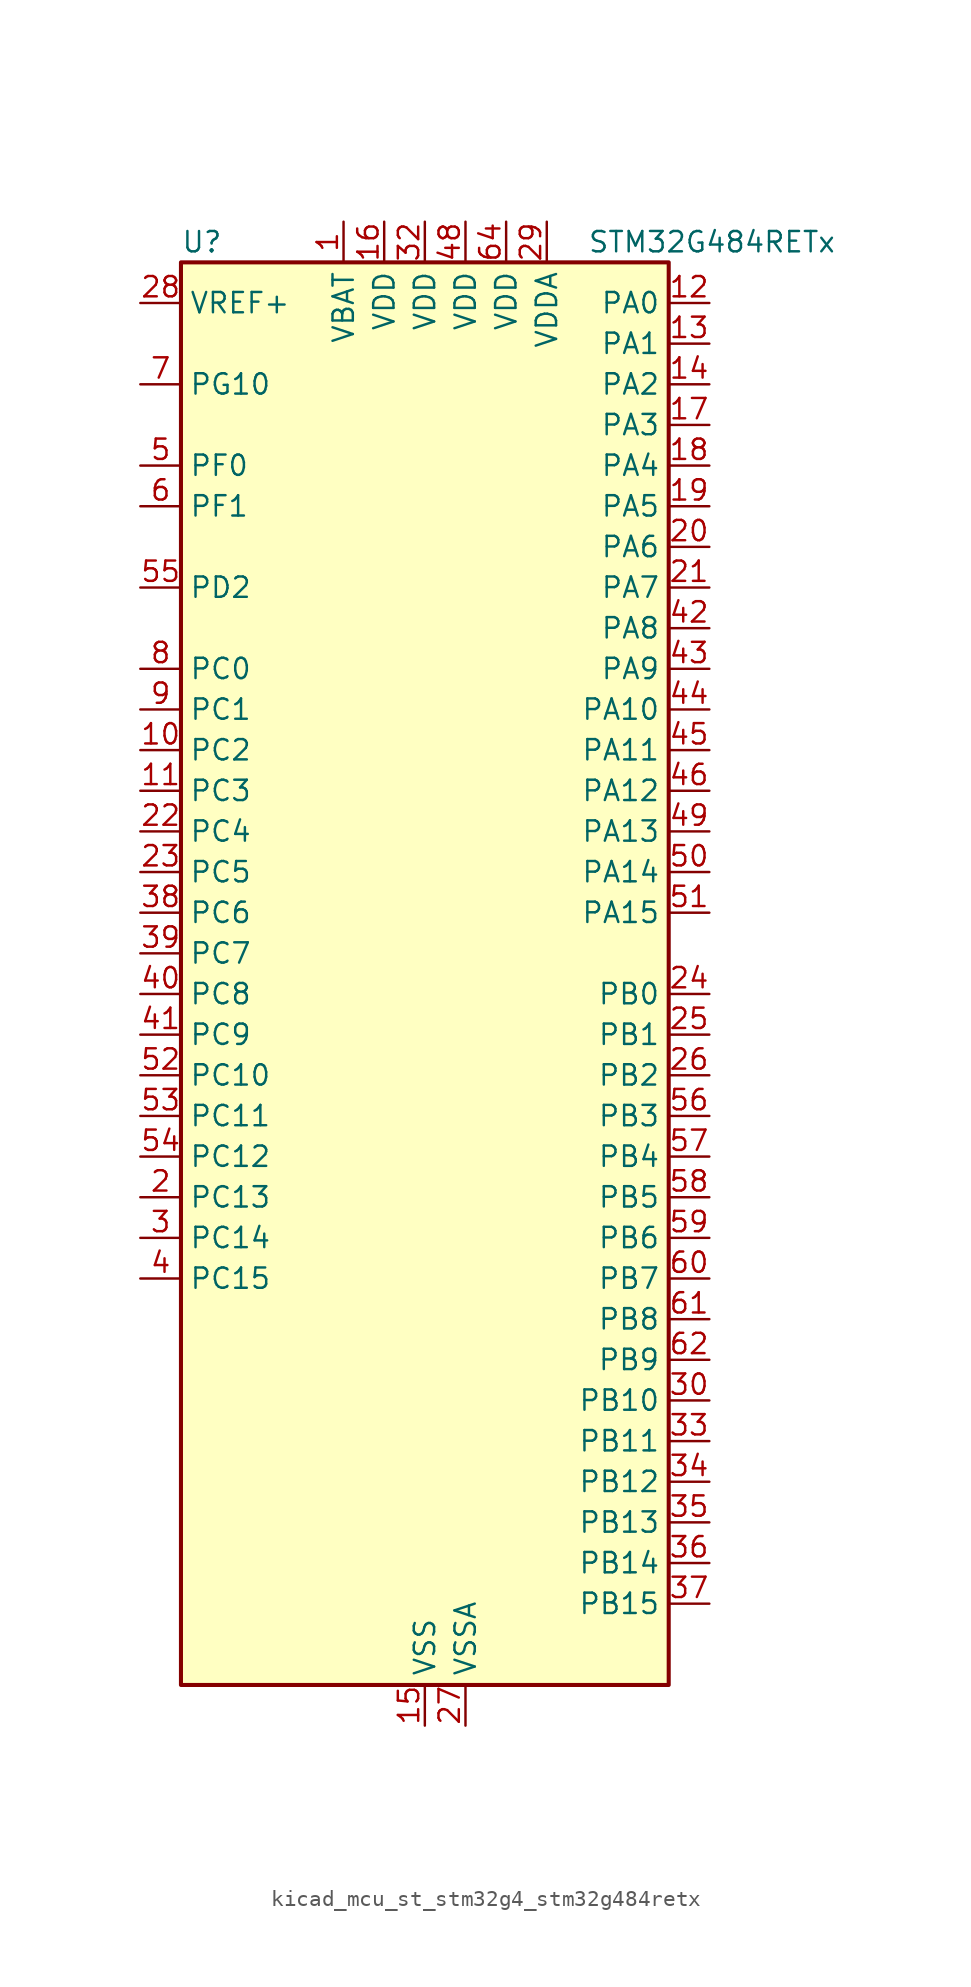
<source format=kicad_sym>
(kicad_symbol_lib
  (version 20220914)
  (generator kicad_symbol_editor)
  (symbol "kicad_mcu_st_stm32g4_stm32g484retx"
    (property "Reference" "U"
      (at -15.24 46.99 0)
      (effects (font (size 1.27 1.27)) (justify left)))
    (property "Value" "STM32G484RETx"
      (at 10.16 46.99 0)
      (effects (font (size 1.27 1.27)) (justify left)))
    (property "ki_locked" ""
      (at 0 0 0)
      (effects (font (size 1.27 1.27))))
    (symbol "kicad_mcu_st_stm32g4_stm32g484retx_0_1"
      (rectangle (start -15.24 -43.18) (end 15.24 45.72) (stroke (width 0.254) (type default)) (fill (type background))))
    (symbol "kicad_mcu_st_stm32g4_stm32g484retx_1_1"
      (pin power_in line (at -5.08 48.26 270) (length 2.54) (name "VBAT" (effects (font (size 1.27 1.27)))) (number "1" (effects (font (size 1.27 1.27)))))
      (pin bidirectional line (at -17.78 15.24 0) (length 2.54) (name "PC2" (effects (font (size 1.27 1.27)))) (number "10" (effects (font (size 1.27 1.27)))) (alternate "ADC1_IN8" bidirectional line) (alternate "ADC2_IN8" bidirectional line) (alternate "ADC3_EXTI2" bidirectional line) (alternate "ADC4_EXTI2" bidirectional line) (alternate "ADC5_EXTI2" bidirectional line) (alternate "COMP3_OUT" bidirectional line) (alternate "LPTIM1_IN2" bidirectional line) (alternate "QUADSPI1_BK2_IO1" bidirectional line) (alternate "TIM1_CH3" bidirectional line) (alternate "TIM20_CH2" bidirectional line))
      (pin bidirectional line (at -17.78 12.7 0) (length 2.54) (name "PC3" (effects (font (size 1.27 1.27)))) (number "11" (effects (font (size 1.27 1.27)))) (alternate "ADC1_IN9" bidirectional line) (alternate "ADC2_IN9" bidirectional line) (alternate "ADC3_EXTI3" bidirectional line) (alternate "ADC4_EXTI3" bidirectional line) (alternate "ADC5_EXTI3" bidirectional line) (alternate "LPTIM1_ETR" bidirectional line) (alternate "OPAMP5_VINP" bidirectional line) (alternate "OPAMP5_VINP_SEC" bidirectional line) (alternate "QUADSPI1_BK2_IO2" bidirectional line) (alternate "SAI1_D1" bidirectional line) (alternate "SAI1_SD_A" bidirectional line) (alternate "TIM1_BKIN2" bidirectional line) (alternate "TIM1_CH4" bidirectional line))
      (pin bidirectional line (at 17.78 43.18 180) (length 2.54) (name "PA0" (effects (font (size 1.27 1.27)))) (number "12" (effects (font (size 1.27 1.27)))) (alternate "ADC1_IN1" bidirectional line) (alternate "ADC2_IN1" bidirectional line) (alternate "COMP1_INM" bidirectional line) (alternate "COMP1_OUT" bidirectional line) (alternate "COMP3_INP" bidirectional line) (alternate "RTC_TAMP2" bidirectional line) (alternate "SYS_WKUP1" bidirectional line) (alternate "TIM2_CH1" bidirectional line) (alternate "TIM2_ETR" bidirectional line) (alternate "TIM5_CH1" bidirectional line) (alternate "TIM8_BKIN" bidirectional line) (alternate "TIM8_ETR" bidirectional line) (alternate "USART2_CTS" bidirectional line) (alternate "USART2_NSS" bidirectional line))
      (pin bidirectional line (at 17.78 40.64 180) (length 2.54) (name "PA1" (effects (font (size 1.27 1.27)))) (number "13" (effects (font (size 1.27 1.27)))) (alternate "ADC1_IN2" bidirectional line) (alternate "ADC2_IN2" bidirectional line) (alternate "COMP1_INP" bidirectional line) (alternate "OPAMP1_VINP" bidirectional line) (alternate "OPAMP1_VINP_SEC" bidirectional line) (alternate "OPAMP3_VINP" bidirectional line) (alternate "OPAMP3_VINP_SEC" bidirectional line) (alternate "OPAMP6_VINM" bidirectional line) (alternate "OPAMP6_VINM0" bidirectional line) (alternate "OPAMP6_VINM_SEC" bidirectional line) (alternate "RTC_REFIN" bidirectional line) (alternate "TIM15_CH1N" bidirectional line) (alternate "TIM2_CH2" bidirectional line) (alternate "TIM5_CH2" bidirectional line) (alternate "USART2_DE" bidirectional line) (alternate "USART2_RTS" bidirectional line))
      (pin bidirectional line (at 17.78 38.1 180) (length 2.54) (name "PA2" (effects (font (size 1.27 1.27)))) (number "14" (effects (font (size 1.27 1.27)))) (alternate "ADC1_IN3" bidirectional line) (alternate "ADC3_EXTI2" bidirectional line) (alternate "ADC4_EXTI2" bidirectional line) (alternate "ADC5_EXTI2" bidirectional line) (alternate "COMP2_INM" bidirectional line) (alternate "COMP2_OUT" bidirectional line) (alternate "LPUART1_TX" bidirectional line) (alternate "OPAMP1_VOUT" bidirectional line) (alternate "QUADSPI1_BK1_NCS" bidirectional line) (alternate "RCC_LSCO" bidirectional line) (alternate "SYS_WKUP4" bidirectional line) (alternate "TIM15_CH1" bidirectional line) (alternate "TIM2_CH3" bidirectional line) (alternate "TIM5_CH3" bidirectional line) (alternate "UCPD1_FRSTX1" bidirectional line) (alternate "UCPD1_FRSTX2" bidirectional line) (alternate "USART2_TX" bidirectional line))
      (pin power_in line (at 0 -45.72 90) (length 2.54) (name "VSS" (effects (font (size 1.27 1.27)))) (number "15" (effects (font (size 1.27 1.27)))))
      (pin power_in line (at -2.54 48.26 270) (length 2.54) (name "VDD" (effects (font (size 1.27 1.27)))) (number "16" (effects (font (size 1.27 1.27)))))
      (pin bidirectional line (at 17.78 35.56 180) (length 2.54) (name "PA3" (effects (font (size 1.27 1.27)))) (number "17" (effects (font (size 1.27 1.27)))) (alternate "ADC1_IN4" bidirectional line) (alternate "ADC3_EXTI3" bidirectional line) (alternate "ADC4_EXTI3" bidirectional line) (alternate "ADC5_EXTI3" bidirectional line) (alternate "COMP2_INP" bidirectional line) (alternate "LPUART1_RX" bidirectional line) (alternate "OPAMP1_VINM" bidirectional line) (alternate "OPAMP1_VINM0" bidirectional line) (alternate "OPAMP1_VINM_SEC" bidirectional line) (alternate "OPAMP1_VINP" bidirectional line) (alternate "OPAMP1_VINP_SEC" bidirectional line) (alternate "OPAMP5_VINM" bidirectional line) (alternate "OPAMP5_VINM1" bidirectional line) (alternate "OPAMP5_VINM_SEC" bidirectional line) (alternate "QUADSPI1_CLK" bidirectional line) (alternate "SAI1_CK1" bidirectional line) (alternate "SAI1_MCLK_A" bidirectional line) (alternate "TIM15_CH2" bidirectional line) (alternate "TIM2_CH4" bidirectional line) (alternate "TIM5_CH4" bidirectional line) (alternate "USART2_RX" bidirectional line))
      (pin bidirectional line (at 17.78 33.02 180) (length 2.54) (name "PA4" (effects (font (size 1.27 1.27)))) (number "18" (effects (font (size 1.27 1.27)))) (alternate "ADC2_IN17" bidirectional line) (alternate "COMP1_INM" bidirectional line) (alternate "DAC1_OUT1" bidirectional line) (alternate "I2S3_WS" bidirectional line) (alternate "SAI1_FS_B" bidirectional line) (alternate "SPI1_NSS" bidirectional line) (alternate "SPI3_NSS" bidirectional line) (alternate "TIM3_CH2" bidirectional line) (alternate "USART2_CK" bidirectional line))
      (pin bidirectional line (at 17.78 30.48 180) (length 2.54) (name "PA5" (effects (font (size 1.27 1.27)))) (number "19" (effects (font (size 1.27 1.27)))) (alternate "ADC2_IN13" bidirectional line) (alternate "COMP2_INM" bidirectional line) (alternate "DAC1_OUT2" bidirectional line) (alternate "OPAMP2_VINM" bidirectional line) (alternate "OPAMP2_VINM0" bidirectional line) (alternate "OPAMP2_VINM_SEC" bidirectional line) (alternate "SPI1_SCK" bidirectional line) (alternate "TIM2_CH1" bidirectional line) (alternate "TIM2_ETR" bidirectional line) (alternate "UCPD1_FRSTX1" bidirectional line) (alternate "UCPD1_FRSTX2" bidirectional line))
      (pin bidirectional line (at -17.78 -12.7 0) (length 2.54) (name "PC13" (effects (font (size 1.27 1.27)))) (number "2" (effects (font (size 1.27 1.27)))) (alternate "RTC_OUT1" bidirectional line) (alternate "RTC_TAMP1" bidirectional line) (alternate "RTC_TS" bidirectional line) (alternate "SYS_WKUP2" bidirectional line) (alternate "TIM1_BKIN" bidirectional line) (alternate "TIM1_CH1N" bidirectional line) (alternate "TIM8_CH4N" bidirectional line))
      (pin bidirectional line (at 17.78 27.94 180) (length 2.54) (name "PA6" (effects (font (size 1.27 1.27)))) (number "20" (effects (font (size 1.27 1.27)))) (alternate "ADC2_IN3" bidirectional line) (alternate "COMP1_OUT" bidirectional line) (alternate "DAC2_OUT1" bidirectional line) (alternate "LPUART1_CTS" bidirectional line) (alternate "OPAMP2_VOUT" bidirectional line) (alternate "QUADSPI1_BK1_IO3" bidirectional line) (alternate "SPI1_MISO" bidirectional line) (alternate "TIM16_CH1" bidirectional line) (alternate "TIM1_BKIN" bidirectional line) (alternate "TIM3_CH1" bidirectional line) (alternate "TIM8_BKIN" bidirectional line))
      (pin bidirectional line (at 17.78 25.4 180) (length 2.54) (name "PA7" (effects (font (size 1.27 1.27)))) (number "21" (effects (font (size 1.27 1.27)))) (alternate "ADC2_IN4" bidirectional line) (alternate "COMP2_INP" bidirectional line) (alternate "COMP2_OUT" bidirectional line) (alternate "OPAMP1_VINP" bidirectional line) (alternate "OPAMP1_VINP_SEC" bidirectional line) (alternate "OPAMP2_VINP" bidirectional line) (alternate "OPAMP2_VINP_SEC" bidirectional line) (alternate "QUADSPI1_BK1_IO2" bidirectional line) (alternate "SPI1_MOSI" bidirectional line) (alternate "TIM17_CH1" bidirectional line) (alternate "TIM1_CH1N" bidirectional line) (alternate "TIM3_CH2" bidirectional line) (alternate "TIM8_CH1N" bidirectional line) (alternate "UCPD1_FRSTX1" bidirectional line) (alternate "UCPD1_FRSTX2" bidirectional line))
      (pin bidirectional line (at -17.78 10.16 0) (length 2.54) (name "PC4" (effects (font (size 1.27 1.27)))) (number "22" (effects (font (size 1.27 1.27)))) (alternate "ADC2_IN5" bidirectional line) (alternate "I2C2_SCL" bidirectional line) (alternate "QUADSPI1_BK2_IO3" bidirectional line) (alternate "TIM1_ETR" bidirectional line) (alternate "USART1_TX" bidirectional line))
      (pin bidirectional line (at -17.78 7.62 0) (length 2.54) (name "PC5" (effects (font (size 1.27 1.27)))) (number "23" (effects (font (size 1.27 1.27)))) (alternate "ADC2_IN11" bidirectional line) (alternate "HRTIM1_EEV10" bidirectional line) (alternate "OPAMP1_VINM" bidirectional line) (alternate "OPAMP1_VINM1" bidirectional line) (alternate "OPAMP1_VINM_SEC" bidirectional line) (alternate "OPAMP2_VINM" bidirectional line) (alternate "OPAMP2_VINM1" bidirectional line) (alternate "OPAMP2_VINM_SEC" bidirectional line) (alternate "SAI1_D3" bidirectional line) (alternate "SYS_WKUP5" bidirectional line) (alternate "TIM15_BKIN" bidirectional line) (alternate "TIM1_CH4N" bidirectional line) (alternate "USART1_RX" bidirectional line))
      (pin bidirectional line (at 17.78 0 180) (length 2.54) (name "PB0" (effects (font (size 1.27 1.27)))) (number "24" (effects (font (size 1.27 1.27)))) (alternate "ADC1_IN15" bidirectional line) (alternate "ADC3_IN12" bidirectional line) (alternate "COMP4_INP" bidirectional line) (alternate "HRTIM1_FLT5" bidirectional line) (alternate "OPAMP2_VINP" bidirectional line) (alternate "OPAMP2_VINP_SEC" bidirectional line) (alternate "OPAMP3_VINP" bidirectional line) (alternate "OPAMP3_VINP_SEC" bidirectional line) (alternate "QUADSPI1_BK1_IO1" bidirectional line) (alternate "TIM1_CH2N" bidirectional line) (alternate "TIM3_CH3" bidirectional line) (alternate "TIM8_CH2N" bidirectional line) (alternate "UCPD1_FRSTX1" bidirectional line) (alternate "UCPD1_FRSTX2" bidirectional line))
      (pin bidirectional line (at 17.78 -2.54 180) (length 2.54) (name "PB1" (effects (font (size 1.27 1.27)))) (number "25" (effects (font (size 1.27 1.27)))) (alternate "ADC1_IN12" bidirectional line) (alternate "ADC3_IN1" bidirectional line) (alternate "COMP1_INP" bidirectional line) (alternate "COMP4_OUT" bidirectional line) (alternate "HRTIM1_SCOUT" bidirectional line) (alternate "LPUART1_DE" bidirectional line) (alternate "LPUART1_RTS" bidirectional line) (alternate "OPAMP3_VOUT" bidirectional line) (alternate "OPAMP6_VINM" bidirectional line) (alternate "OPAMP6_VINM1" bidirectional line) (alternate "OPAMP6_VINM_SEC" bidirectional line) (alternate "QUADSPI1_BK1_IO0" bidirectional line) (alternate "TIM1_CH3N" bidirectional line) (alternate "TIM3_CH4" bidirectional line) (alternate "TIM8_CH3N" bidirectional line))
      (pin bidirectional line (at 17.78 -5.08 180) (length 2.54) (name "PB2" (effects (font (size 1.27 1.27)))) (number "26" (effects (font (size 1.27 1.27)))) (alternate "ADC2_IN12" bidirectional line) (alternate "ADC3_EXTI2" bidirectional line) (alternate "ADC4_EXTI2" bidirectional line) (alternate "ADC5_EXTI2" bidirectional line) (alternate "COMP4_INM" bidirectional line) (alternate "HRTIM1_SCIN" bidirectional line) (alternate "I2C3_SMBA" bidirectional line) (alternate "LPTIM1_OUT" bidirectional line) (alternate "OPAMP3_VINM" bidirectional line) (alternate "OPAMP3_VINM0" bidirectional line) (alternate "OPAMP3_VINM_SEC" bidirectional line) (alternate "QUADSPI1_BK2_IO1" bidirectional line) (alternate "RTC_OUT2" bidirectional line) (alternate "TIM20_CH1" bidirectional line) (alternate "TIM5_CH1" bidirectional line))
      (pin power_in line (at 2.54 -45.72 90) (length 2.54) (name "VSSA" (effects (font (size 1.27 1.27)))) (number "27" (effects (font (size 1.27 1.27)))))
      (pin input line (at -17.78 43.18 0) (length 2.54) (name "VREF+" (effects (font (size 1.27 1.27)))) (number "28" (effects (font (size 1.27 1.27)))) (alternate "VREFBUF_OUT" bidirectional line))
      (pin power_in line (at 7.62 48.26 270) (length 2.54) (name "VDDA" (effects (font (size 1.27 1.27)))) (number "29" (effects (font (size 1.27 1.27)))))
      (pin bidirectional line (at -17.78 -15.24 0) (length 2.54) (name "PC14" (effects (font (size 1.27 1.27)))) (number "3" (effects (font (size 1.27 1.27)))) (alternate "RCC_OSC32_IN" bidirectional line))
      (pin bidirectional line (at 17.78 -25.4 180) (length 2.54) (name "PB10" (effects (font (size 1.27 1.27)))) (number "30" (effects (font (size 1.27 1.27)))) (alternate "COMP5_INM" bidirectional line) (alternate "DAC1_EXTI10" bidirectional line) (alternate "DAC2_EXTI10" bidirectional line) (alternate "DAC3_EXTI10" bidirectional line) (alternate "DAC4_EXTI10" bidirectional line) (alternate "HRTIM1_FLT3" bidirectional line) (alternate "LPUART1_RX" bidirectional line) (alternate "OPAMP3_VINM" bidirectional line) (alternate "OPAMP3_VINM1" bidirectional line) (alternate "OPAMP3_VINM_SEC" bidirectional line) (alternate "OPAMP4_VINM" bidirectional line) (alternate "OPAMP4_VINM0" bidirectional line) (alternate "OPAMP4_VINM_SEC" bidirectional line) (alternate "QUADSPI1_CLK" bidirectional line) (alternate "SAI1_SCK_A" bidirectional line) (alternate "TIM1_BKIN" bidirectional line) (alternate "TIM2_CH3" bidirectional line) (alternate "USART3_TX" bidirectional line))
      (pin passive line (at 0 -45.72 90) (length 2.54) hide (name "VSS" (effects (font (size 1.27 1.27)))) (number "31" (effects (font (size 1.27 1.27)))))
      (pin power_in line (at 0 48.26 270) (length 2.54) (name "VDD" (effects (font (size 1.27 1.27)))) (number "32" (effects (font (size 1.27 1.27)))))
      (pin bidirectional line (at 17.78 -27.94 180) (length 2.54) (name "PB11" (effects (font (size 1.27 1.27)))) (number "33" (effects (font (size 1.27 1.27)))) (alternate "ADC1_EXTI11" bidirectional line) (alternate "ADC1_IN14" bidirectional line) (alternate "ADC2_EXTI11" bidirectional line) (alternate "ADC2_IN14" bidirectional line) (alternate "COMP6_INP" bidirectional line) (alternate "HRTIM1_FLT4" bidirectional line) (alternate "LPUART1_TX" bidirectional line) (alternate "OPAMP4_VINP" bidirectional line) (alternate "OPAMP4_VINP_SEC" bidirectional line) (alternate "OPAMP6_VOUT" bidirectional line) (alternate "QUADSPI1_BK1_NCS" bidirectional line) (alternate "TIM2_CH4" bidirectional line) (alternate "USART3_RX" bidirectional line))
      (pin bidirectional line (at 17.78 -30.48 180) (length 2.54) (name "PB12" (effects (font (size 1.27 1.27)))) (number "34" (effects (font (size 1.27 1.27)))) (alternate "ADC1_IN11" bidirectional line) (alternate "ADC4_IN3" bidirectional line) (alternate "COMP7_INM" bidirectional line) (alternate "FDCAN2_RX" bidirectional line) (alternate "HRTIM1_CHC1" bidirectional line) (alternate "I2C2_SMBA" bidirectional line) (alternate "I2S2_WS" bidirectional line) (alternate "LPUART1_DE" bidirectional line) (alternate "LPUART1_RTS" bidirectional line) (alternate "OPAMP4_VOUT" bidirectional line) (alternate "OPAMP6_VINP" bidirectional line) (alternate "OPAMP6_VINP_SEC" bidirectional line) (alternate "SPI2_NSS" bidirectional line) (alternate "TIM1_BKIN" bidirectional line) (alternate "TIM5_ETR" bidirectional line) (alternate "USART3_CK" bidirectional line))
      (pin bidirectional line (at 17.78 -33.02 180) (length 2.54) (name "PB13" (effects (font (size 1.27 1.27)))) (number "35" (effects (font (size 1.27 1.27)))) (alternate "ADC3_IN5" bidirectional line) (alternate "COMP5_INP" bidirectional line) (alternate "FDCAN2_TX" bidirectional line) (alternate "HRTIM1_CHC2" bidirectional line) (alternate "I2S2_CK" bidirectional line) (alternate "LPUART1_CTS" bidirectional line) (alternate "OPAMP3_VINP" bidirectional line) (alternate "OPAMP3_VINP_SEC" bidirectional line) (alternate "OPAMP4_VINP" bidirectional line) (alternate "OPAMP4_VINP_SEC" bidirectional line) (alternate "OPAMP6_VINP" bidirectional line) (alternate "OPAMP6_VINP_SEC" bidirectional line) (alternate "SPI2_SCK" bidirectional line) (alternate "TIM1_CH1N" bidirectional line) (alternate "USART3_CTS" bidirectional line) (alternate "USART3_NSS" bidirectional line))
      (pin bidirectional line (at 17.78 -35.56 180) (length 2.54) (name "PB14" (effects (font (size 1.27 1.27)))) (number "36" (effects (font (size 1.27 1.27)))) (alternate "ADC1_IN5" bidirectional line) (alternate "ADC4_IN4" bidirectional line) (alternate "COMP4_OUT" bidirectional line) (alternate "COMP7_INP" bidirectional line) (alternate "HRTIM1_CHD1" bidirectional line) (alternate "OPAMP2_VINP" bidirectional line) (alternate "OPAMP2_VINP_SEC" bidirectional line) (alternate "OPAMP5_VINP" bidirectional line) (alternate "OPAMP5_VINP_SEC" bidirectional line) (alternate "SPI2_MISO" bidirectional line) (alternate "TIM15_CH1" bidirectional line) (alternate "TIM1_CH2N" bidirectional line) (alternate "USART3_DE" bidirectional line) (alternate "USART3_RTS" bidirectional line))
      (pin bidirectional line (at 17.78 -38.1 180) (length 2.54) (name "PB15" (effects (font (size 1.27 1.27)))) (number "37" (effects (font (size 1.27 1.27)))) (alternate "ADC1_EXTI15" bidirectional line) (alternate "ADC2_EXTI15" bidirectional line) (alternate "ADC2_IN15" bidirectional line) (alternate "ADC4_IN5" bidirectional line) (alternate "COMP3_OUT" bidirectional line) (alternate "COMP6_INM" bidirectional line) (alternate "HRTIM1_CHD2" bidirectional line) (alternate "I2S2_SD" bidirectional line) (alternate "OPAMP5_VINM" bidirectional line) (alternate "OPAMP5_VINM0" bidirectional line) (alternate "OPAMP5_VINM_SEC" bidirectional line) (alternate "RTC_REFIN" bidirectional line) (alternate "SPI2_MOSI" bidirectional line) (alternate "TIM15_CH1N" bidirectional line) (alternate "TIM15_CH2" bidirectional line) (alternate "TIM1_CH3N" bidirectional line))
      (pin bidirectional line (at -17.78 5.08 0) (length 2.54) (name "PC6" (effects (font (size 1.27 1.27)))) (number "38" (effects (font (size 1.27 1.27)))) (alternate "COMP6_OUT" bidirectional line) (alternate "HRTIM1_CHF1" bidirectional line) (alternate "HRTIM1_EEV10" bidirectional line) (alternate "I2C4_SCL" bidirectional line) (alternate "I2S2_MCK" bidirectional line) (alternate "TIM3_CH1" bidirectional line) (alternate "TIM8_CH1" bidirectional line))
      (pin bidirectional line (at -17.78 2.54 0) (length 2.54) (name "PC7" (effects (font (size 1.27 1.27)))) (number "39" (effects (font (size 1.27 1.27)))) (alternate "COMP5_OUT" bidirectional line) (alternate "HRTIM1_CHF2" bidirectional line) (alternate "HRTIM1_FLT5" bidirectional line) (alternate "I2C4_SDA" bidirectional line) (alternate "I2S3_MCK" bidirectional line) (alternate "TIM3_CH2" bidirectional line) (alternate "TIM8_CH2" bidirectional line))
      (pin bidirectional line (at -17.78 -17.78 0) (length 2.54) (name "PC15" (effects (font (size 1.27 1.27)))) (number "4" (effects (font (size 1.27 1.27)))) (alternate "ADC1_EXTI15" bidirectional line) (alternate "ADC2_EXTI15" bidirectional line) (alternate "RCC_OSC32_OUT" bidirectional line))
      (pin bidirectional line (at -17.78 0 0) (length 2.54) (name "PC8" (effects (font (size 1.27 1.27)))) (number "40" (effects (font (size 1.27 1.27)))) (alternate "COMP7_OUT" bidirectional line) (alternate "HRTIM1_CHE1" bidirectional line) (alternate "I2C3_SCL" bidirectional line) (alternate "TIM20_CH3" bidirectional line) (alternate "TIM3_CH3" bidirectional line) (alternate "TIM8_CH3" bidirectional line))
      (pin bidirectional line (at -17.78 -2.54 0) (length 2.54) (name "PC9" (effects (font (size 1.27 1.27)))) (number "41" (effects (font (size 1.27 1.27)))) (alternate "DAC1_EXTI9" bidirectional line) (alternate "DAC2_EXTI9" bidirectional line) (alternate "DAC3_EXTI9" bidirectional line) (alternate "DAC4_EXTI9" bidirectional line) (alternate "HRTIM1_CHE2" bidirectional line) (alternate "I2C3_SDA" bidirectional line) (alternate "I2S_CKIN" bidirectional line) (alternate "TIM3_CH4" bidirectional line) (alternate "TIM8_BKIN2" bidirectional line) (alternate "TIM8_CH4" bidirectional line))
      (pin bidirectional line (at 17.78 22.86 180) (length 2.54) (name "PA8" (effects (font (size 1.27 1.27)))) (number "42" (effects (font (size 1.27 1.27)))) (alternate "ADC5_IN1" bidirectional line) (alternate "COMP7_OUT" bidirectional line) (alternate "FDCAN3_RX" bidirectional line) (alternate "HRTIM1_CHA1" bidirectional line) (alternate "I2C2_SDA" bidirectional line) (alternate "I2C3_SCL" bidirectional line) (alternate "I2S2_MCK" bidirectional line) (alternate "OPAMP5_VOUT" bidirectional line) (alternate "RCC_MCO" bidirectional line) (alternate "SAI1_CK2" bidirectional line) (alternate "SAI1_SCK_A" bidirectional line) (alternate "TIM1_CH1" bidirectional line) (alternate "TIM4_ETR" bidirectional line) (alternate "USART1_CK" bidirectional line))
      (pin bidirectional line (at 17.78 20.32 180) (length 2.54) (name "PA9" (effects (font (size 1.27 1.27)))) (number "43" (effects (font (size 1.27 1.27)))) (alternate "ADC5_IN2" bidirectional line) (alternate "COMP5_OUT" bidirectional line) (alternate "DAC1_EXTI9" bidirectional line) (alternate "DAC2_EXTI9" bidirectional line) (alternate "DAC3_EXTI9" bidirectional line) (alternate "DAC4_EXTI9" bidirectional line) (alternate "HRTIM1_CHA2" bidirectional line) (alternate "I2C2_SCL" bidirectional line) (alternate "I2C3_SMBA" bidirectional line) (alternate "I2S3_MCK" bidirectional line) (alternate "SAI1_FS_A" bidirectional line) (alternate "TIM15_BKIN" bidirectional line) (alternate "TIM1_CH2" bidirectional line) (alternate "TIM2_CH3" bidirectional line) (alternate "UCPD1_DBCC1" bidirectional line) (alternate "USART1_TX" bidirectional line))
      (pin bidirectional line (at 17.78 17.78 180) (length 2.54) (name "PA10" (effects (font (size 1.27 1.27)))) (number "44" (effects (font (size 1.27 1.27)))) (alternate "COMP6_OUT" bidirectional line) (alternate "CRS_SYNC" bidirectional line) (alternate "DAC1_EXTI10" bidirectional line) (alternate "DAC2_EXTI10" bidirectional line) (alternate "DAC3_EXTI10" bidirectional line) (alternate "DAC4_EXTI10" bidirectional line) (alternate "HRTIM1_CHB1" bidirectional line) (alternate "I2C2_SMBA" bidirectional line) (alternate "SAI1_D1" bidirectional line) (alternate "SAI1_SD_A" bidirectional line) (alternate "SPI2_MISO" bidirectional line) (alternate "TIM17_BKIN" bidirectional line) (alternate "TIM1_CH3" bidirectional line) (alternate "TIM2_CH4" bidirectional line) (alternate "TIM8_BKIN" bidirectional line) (alternate "UCPD1_DBCC2" bidirectional line) (alternate "USART1_RX" bidirectional line))
      (pin bidirectional line (at 17.78 15.24 180) (length 2.54) (name "PA11" (effects (font (size 1.27 1.27)))) (number "45" (effects (font (size 1.27 1.27)))) (alternate "ADC1_EXTI11" bidirectional line) (alternate "ADC2_EXTI11" bidirectional line) (alternate "COMP1_OUT" bidirectional line) (alternate "FDCAN1_RX" bidirectional line) (alternate "HRTIM1_CHB2" bidirectional line) (alternate "I2S2_SD" bidirectional line) (alternate "SPI2_MOSI" bidirectional line) (alternate "TIM1_BKIN2" bidirectional line) (alternate "TIM1_CH1N" bidirectional line) (alternate "TIM1_CH4" bidirectional line) (alternate "TIM4_CH1" bidirectional line) (alternate "USART1_CTS" bidirectional line) (alternate "USART1_NSS" bidirectional line) (alternate "USB_DM" bidirectional line))
      (pin bidirectional line (at 17.78 12.7 180) (length 2.54) (name "PA12" (effects (font (size 1.27 1.27)))) (number "46" (effects (font (size 1.27 1.27)))) (alternate "COMP2_OUT" bidirectional line) (alternate "FDCAN1_TX" bidirectional line) (alternate "HRTIM1_FLT1" bidirectional line) (alternate "I2S_CKIN" bidirectional line) (alternate "TIM16_CH1" bidirectional line) (alternate "TIM1_CH2N" bidirectional line) (alternate "TIM1_ETR" bidirectional line) (alternate "TIM4_CH2" bidirectional line) (alternate "USART1_DE" bidirectional line) (alternate "USART1_RTS" bidirectional line) (alternate "USB_DP" bidirectional line))
      (pin passive line (at 0 -45.72 90) (length 2.54) hide (name "VSS" (effects (font (size 1.27 1.27)))) (number "47" (effects (font (size 1.27 1.27)))))
      (pin power_in line (at 2.54 48.26 270) (length 2.54) (name "VDD" (effects (font (size 1.27 1.27)))) (number "48" (effects (font (size 1.27 1.27)))))
      (pin bidirectional line (at 17.78 10.16 180) (length 2.54) (name "PA13" (effects (font (size 1.27 1.27)))) (number "49" (effects (font (size 1.27 1.27)))) (alternate "I2C1_SCL" bidirectional line) (alternate "I2C4_SCL" bidirectional line) (alternate "IR_OUT" bidirectional line) (alternate "SAI1_SD_B" bidirectional line) (alternate "SYS_JTMS-SWDIO" bidirectional line) (alternate "TIM16_CH1N" bidirectional line) (alternate "TIM4_CH3" bidirectional line) (alternate "USART3_CTS" bidirectional line) (alternate "USART3_NSS" bidirectional line))
      (pin bidirectional line (at -17.78 33.02 0) (length 2.54) (name "PF0" (effects (font (size 1.27 1.27)))) (number "5" (effects (font (size 1.27 1.27)))) (alternate "ADC1_IN10" bidirectional line) (alternate "I2C2_SDA" bidirectional line) (alternate "I2S2_WS" bidirectional line) (alternate "RCC_OSC_IN" bidirectional line) (alternate "SPI2_NSS" bidirectional line) (alternate "TIM1_CH3N" bidirectional line))
      (pin bidirectional line (at 17.78 7.62 180) (length 2.54) (name "PA14" (effects (font (size 1.27 1.27)))) (number "50" (effects (font (size 1.27 1.27)))) (alternate "I2C1_SDA" bidirectional line) (alternate "I2C4_SMBA" bidirectional line) (alternate "LPTIM1_OUT" bidirectional line) (alternate "SAI1_FS_B" bidirectional line) (alternate "SYS_JTCK-SWCLK" bidirectional line) (alternate "TIM1_BKIN" bidirectional line) (alternate "TIM8_CH2" bidirectional line) (alternate "USART2_TX" bidirectional line))
      (pin bidirectional line (at 17.78 5.08 180) (length 2.54) (name "PA15" (effects (font (size 1.27 1.27)))) (number "51" (effects (font (size 1.27 1.27)))) (alternate "ADC1_EXTI15" bidirectional line) (alternate "ADC2_EXTI15" bidirectional line) (alternate "FDCAN3_TX" bidirectional line) (alternate "HRTIM1_FLT2" bidirectional line) (alternate "I2C1_SCL" bidirectional line) (alternate "I2S3_WS" bidirectional line) (alternate "SPI1_NSS" bidirectional line) (alternate "SPI3_NSS" bidirectional line) (alternate "SYS_JTDI" bidirectional line) (alternate "TIM1_BKIN" bidirectional line) (alternate "TIM2_CH1" bidirectional line) (alternate "TIM2_ETR" bidirectional line) (alternate "TIM8_CH1" bidirectional line) (alternate "UART4_DE" bidirectional line) (alternate "UART4_RTS" bidirectional line) (alternate "USART2_RX" bidirectional line))
      (pin bidirectional line (at -17.78 -5.08 0) (length 2.54) (name "PC10" (effects (font (size 1.27 1.27)))) (number "52" (effects (font (size 1.27 1.27)))) (alternate "DAC1_EXTI10" bidirectional line) (alternate "DAC2_EXTI10" bidirectional line) (alternate "DAC3_EXTI10" bidirectional line) (alternate "DAC4_EXTI10" bidirectional line) (alternate "HRTIM1_FLT6" bidirectional line) (alternate "I2S3_CK" bidirectional line) (alternate "SPI3_SCK" bidirectional line) (alternate "TIM8_CH1N" bidirectional line) (alternate "UART4_TX" bidirectional line) (alternate "USART3_TX" bidirectional line))
      (pin bidirectional line (at -17.78 -7.62 0) (length 2.54) (name "PC11" (effects (font (size 1.27 1.27)))) (number "53" (effects (font (size 1.27 1.27)))) (alternate "ADC1_EXTI11" bidirectional line) (alternate "ADC2_EXTI11" bidirectional line) (alternate "HRTIM1_EEV2" bidirectional line) (alternate "I2C3_SDA" bidirectional line) (alternate "SPI3_MISO" bidirectional line) (alternate "TIM8_CH2N" bidirectional line) (alternate "UART4_RX" bidirectional line) (alternate "USART3_RX" bidirectional line))
      (pin bidirectional line (at -17.78 -10.16 0) (length 2.54) (name "PC12" (effects (font (size 1.27 1.27)))) (number "54" (effects (font (size 1.27 1.27)))) (alternate "HRTIM1_EEV1" bidirectional line) (alternate "I2S3_SD" bidirectional line) (alternate "SPI3_MOSI" bidirectional line) (alternate "TIM5_CH2" bidirectional line) (alternate "TIM8_CH3N" bidirectional line) (alternate "UART5_TX" bidirectional line) (alternate "UCPD1_FRSTX1" bidirectional line) (alternate "UCPD1_FRSTX2" bidirectional line) (alternate "USART3_CK" bidirectional line))
      (pin bidirectional line (at -17.78 25.4 0) (length 2.54) (name "PD2" (effects (font (size 1.27 1.27)))) (number "55" (effects (font (size 1.27 1.27)))) (alternate "ADC3_EXTI2" bidirectional line) (alternate "ADC4_EXTI2" bidirectional line) (alternate "ADC5_EXTI2" bidirectional line) (alternate "TIM3_ETR" bidirectional line) (alternate "TIM8_BKIN" bidirectional line) (alternate "UART5_RX" bidirectional line))
      (pin bidirectional line (at 17.78 -7.62 180) (length 2.54) (name "PB3" (effects (font (size 1.27 1.27)))) (number "56" (effects (font (size 1.27 1.27)))) (alternate "ADC3_EXTI3" bidirectional line) (alternate "ADC4_EXTI3" bidirectional line) (alternate "ADC5_EXTI3" bidirectional line) (alternate "CRS_SYNC" bidirectional line) (alternate "FDCAN3_RX" bidirectional line) (alternate "HRTIM1_EEV9" bidirectional line) (alternate "HRTIM1_SCOUT" bidirectional line) (alternate "I2S3_CK" bidirectional line) (alternate "SAI1_SCK_B" bidirectional line) (alternate "SPI1_SCK" bidirectional line) (alternate "SPI3_SCK" bidirectional line) (alternate "SYS_JTDO-SWO" bidirectional line) (alternate "TIM2_CH2" bidirectional line) (alternate "TIM3_ETR" bidirectional line) (alternate "TIM4_ETR" bidirectional line) (alternate "TIM8_CH1N" bidirectional line) (alternate "USART2_TX" bidirectional line))
      (pin bidirectional line (at 17.78 -10.16 180) (length 2.54) (name "PB4" (effects (font (size 1.27 1.27)))) (number "57" (effects (font (size 1.27 1.27)))) (alternate "FDCAN3_TX" bidirectional line) (alternate "HRTIM1_EEV7" bidirectional line) (alternate "SAI1_MCLK_B" bidirectional line) (alternate "SPI1_MISO" bidirectional line) (alternate "SPI3_MISO" bidirectional line) (alternate "SYS_JTRST" bidirectional line) (alternate "TIM16_CH1" bidirectional line) (alternate "TIM17_BKIN" bidirectional line) (alternate "TIM3_CH1" bidirectional line) (alternate "TIM8_CH2N" bidirectional line) (alternate "UART5_DE" bidirectional line) (alternate "UART5_RTS" bidirectional line) (alternate "UCPD1_CC2" bidirectional line) (alternate "USART2_RX" bidirectional line))
      (pin bidirectional line (at 17.78 -12.7 180) (length 2.54) (name "PB5" (effects (font (size 1.27 1.27)))) (number "58" (effects (font (size 1.27 1.27)))) (alternate "FDCAN2_RX" bidirectional line) (alternate "HRTIM1_EEV6" bidirectional line) (alternate "I2C1_SMBA" bidirectional line) (alternate "I2C3_SDA" bidirectional line) (alternate "I2S3_SD" bidirectional line) (alternate "LPTIM1_IN1" bidirectional line) (alternate "SAI1_SD_B" bidirectional line) (alternate "SPI1_MOSI" bidirectional line) (alternate "SPI3_MOSI" bidirectional line) (alternate "TIM16_BKIN" bidirectional line) (alternate "TIM17_CH1" bidirectional line) (alternate "TIM3_CH2" bidirectional line) (alternate "TIM8_CH3N" bidirectional line) (alternate "UART5_CTS" bidirectional line) (alternate "USART2_CK" bidirectional line))
      (pin bidirectional line (at 17.78 -15.24 180) (length 2.54) (name "PB6" (effects (font (size 1.27 1.27)))) (number "59" (effects (font (size 1.27 1.27)))) (alternate "COMP4_OUT" bidirectional line) (alternate "FDCAN2_TX" bidirectional line) (alternate "HRTIM1_EEV4" bidirectional line) (alternate "HRTIM1_SCIN" bidirectional line) (alternate "LPTIM1_ETR" bidirectional line) (alternate "SAI1_FS_B" bidirectional line) (alternate "TIM16_CH1N" bidirectional line) (alternate "TIM4_CH1" bidirectional line) (alternate "TIM8_BKIN2" bidirectional line) (alternate "TIM8_CH1" bidirectional line) (alternate "TIM8_ETR" bidirectional line) (alternate "UCPD1_CC1" bidirectional line) (alternate "USART1_TX" bidirectional line))
      (pin bidirectional line (at -17.78 30.48 0) (length 2.54) (name "PF1" (effects (font (size 1.27 1.27)))) (number "6" (effects (font (size 1.27 1.27)))) (alternate "ADC2_IN10" bidirectional line) (alternate "COMP3_INM" bidirectional line) (alternate "I2S2_CK" bidirectional line) (alternate "RCC_OSC_OUT" bidirectional line) (alternate "SPI2_SCK" bidirectional line))
      (pin bidirectional line (at 17.78 -17.78 180) (length 2.54) (name "PB7" (effects (font (size 1.27 1.27)))) (number "60" (effects (font (size 1.27 1.27)))) (alternate "COMP3_OUT" bidirectional line) (alternate "HRTIM1_EEV3" bidirectional line) (alternate "I2C1_SDA" bidirectional line) (alternate "I2C4_SDA" bidirectional line) (alternate "LPTIM1_IN2" bidirectional line) (alternate "SYS_PVD_IN" bidirectional line) (alternate "TIM17_CH1N" bidirectional line) (alternate "TIM3_CH4" bidirectional line) (alternate "TIM4_CH2" bidirectional line) (alternate "TIM8_BKIN" bidirectional line) (alternate "UART4_CTS" bidirectional line) (alternate "USART1_RX" bidirectional line))
      (pin bidirectional line (at 17.78 -20.32 180) (length 2.54) (name "PB8" (effects (font (size 1.27 1.27)))) (number "61" (effects (font (size 1.27 1.27)))) (alternate "COMP1_OUT" bidirectional line) (alternate "FDCAN1_RX" bidirectional line) (alternate "HRTIM1_EEV8" bidirectional line) (alternate "I2C1_SCL" bidirectional line) (alternate "SAI1_CK1" bidirectional line) (alternate "SAI1_MCLK_A" bidirectional line) (alternate "TIM16_CH1" bidirectional line) (alternate "TIM1_BKIN" bidirectional line) (alternate "TIM4_CH3" bidirectional line) (alternate "TIM8_CH2" bidirectional line) (alternate "USART3_RX" bidirectional line))
      (pin bidirectional line (at 17.78 -22.86 180) (length 2.54) (name "PB9" (effects (font (size 1.27 1.27)))) (number "62" (effects (font (size 1.27 1.27)))) (alternate "COMP2_OUT" bidirectional line) (alternate "DAC1_EXTI9" bidirectional line) (alternate "DAC2_EXTI9" bidirectional line) (alternate "DAC3_EXTI9" bidirectional line) (alternate "DAC4_EXTI9" bidirectional line) (alternate "FDCAN1_TX" bidirectional line) (alternate "HRTIM1_EEV5" bidirectional line) (alternate "I2C1_SDA" bidirectional line) (alternate "IR_OUT" bidirectional line) (alternate "SAI1_D2" bidirectional line) (alternate "SAI1_FS_A" bidirectional line) (alternate "TIM17_CH1" bidirectional line) (alternate "TIM1_CH3N" bidirectional line) (alternate "TIM4_CH4" bidirectional line) (alternate "TIM8_CH3" bidirectional line) (alternate "USART3_TX" bidirectional line))
      (pin passive line (at 0 -45.72 90) (length 2.54) hide (name "VSS" (effects (font (size 1.27 1.27)))) (number "63" (effects (font (size 1.27 1.27)))))
      (pin power_in line (at 5.08 48.26 270) (length 2.54) (name "VDD" (effects (font (size 1.27 1.27)))) (number "64" (effects (font (size 1.27 1.27)))))
      (pin bidirectional line (at -17.78 38.1 0) (length 2.54) (name "PG10" (effects (font (size 1.27 1.27)))) (number "7" (effects (font (size 1.27 1.27)))) (alternate "DAC1_EXTI10" bidirectional line) (alternate "DAC2_EXTI10" bidirectional line) (alternate "DAC3_EXTI10" bidirectional line) (alternate "DAC4_EXTI10" bidirectional line) (alternate "RCC_MCO" bidirectional line))
      (pin bidirectional line (at -17.78 20.32 0) (length 2.54) (name "PC0" (effects (font (size 1.27 1.27)))) (number "8" (effects (font (size 1.27 1.27)))) (alternate "ADC1_IN6" bidirectional line) (alternate "ADC2_IN6" bidirectional line) (alternate "COMP3_INM" bidirectional line) (alternate "LPTIM1_IN1" bidirectional line) (alternate "LPUART1_RX" bidirectional line) (alternate "TIM1_CH1" bidirectional line))
      (pin bidirectional line (at -17.78 17.78 0) (length 2.54) (name "PC1" (effects (font (size 1.27 1.27)))) (number "9" (effects (font (size 1.27 1.27)))) (alternate "ADC1_IN7" bidirectional line) (alternate "ADC2_IN7" bidirectional line) (alternate "COMP3_INP" bidirectional line) (alternate "LPTIM1_OUT" bidirectional line) (alternate "LPUART1_TX" bidirectional line) (alternate "QUADSPI1_BK2_IO0" bidirectional line) (alternate "SAI1_SD_A" bidirectional line) (alternate "TIM1_CH2" bidirectional line)))))
</source>
